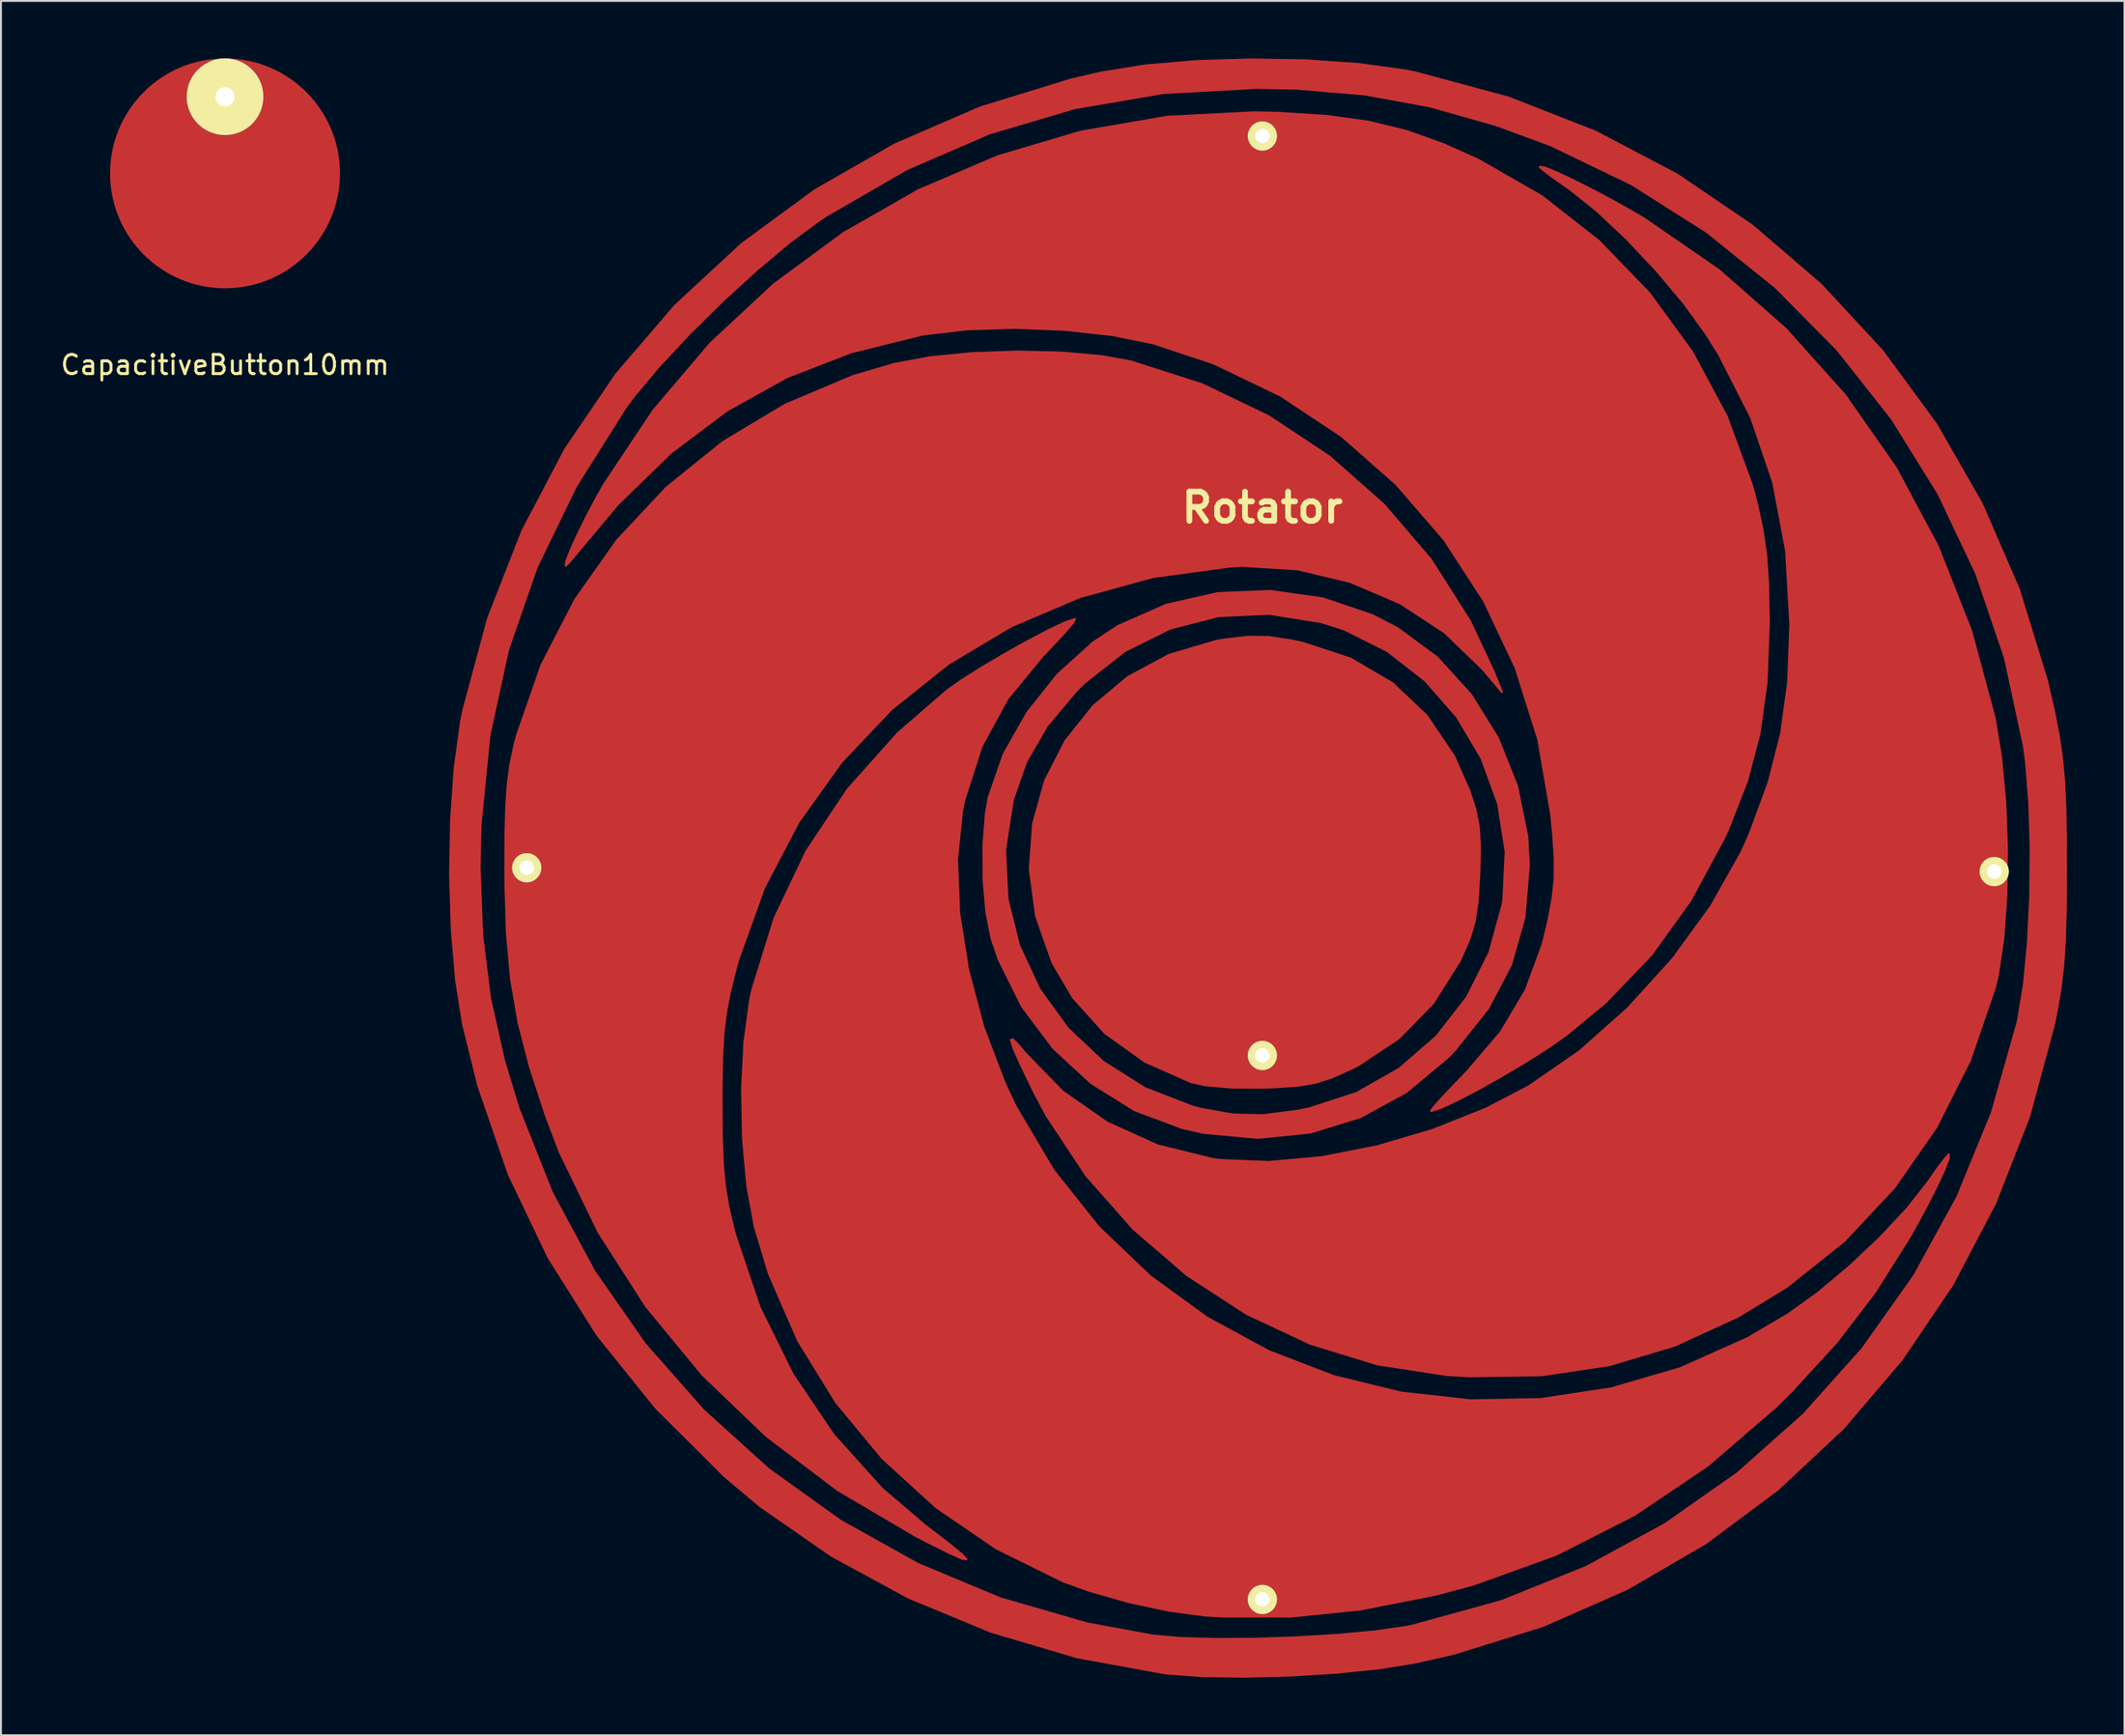
<source format=kicad_pcb>
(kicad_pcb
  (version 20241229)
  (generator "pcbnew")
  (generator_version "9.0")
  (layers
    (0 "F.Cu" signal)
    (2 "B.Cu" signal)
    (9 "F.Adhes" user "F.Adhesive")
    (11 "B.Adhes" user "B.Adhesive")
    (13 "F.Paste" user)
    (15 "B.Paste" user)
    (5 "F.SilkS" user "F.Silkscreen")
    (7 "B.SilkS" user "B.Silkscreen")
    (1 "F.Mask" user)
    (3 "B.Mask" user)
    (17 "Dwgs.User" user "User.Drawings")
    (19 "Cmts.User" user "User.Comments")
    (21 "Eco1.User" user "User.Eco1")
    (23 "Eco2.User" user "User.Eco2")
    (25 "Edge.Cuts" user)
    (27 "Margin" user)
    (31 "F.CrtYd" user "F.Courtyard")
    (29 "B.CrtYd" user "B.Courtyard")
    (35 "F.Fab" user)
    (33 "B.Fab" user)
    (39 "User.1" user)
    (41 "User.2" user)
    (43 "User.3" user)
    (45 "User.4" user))
  (footprint "CapacitiveButton10mm"
    (layer "F.Cu")
    (at 8.696 6)
    (property "Reference" "CapacitiveButton10mm" (at 0 10 0) (layer "F.SilkS") (effects (font (size 1 1) (thickness 0.15))))
    (attr through_hole)
    (pad "" smd circle (at 0 0) (size 12 12) (layers "F.Cu" "F.Mask" "F.Paste"))
    (pad "1" thru_hole circle (at 0 -4) (size 4 4) (drill 1) (layers "*.Cu" "*.Mask" "F.SilkS")))
  (footprint "Rotator"
    (layer "F.Cu")
    (at 62.644 42.251)
    (property "Reference" "Rotator" (at 0.2 -18.8 0) (layer "F.SilkS") (effects (font (size 1.524 1.524) (thickness 0.3))))
    (attr through_hole)
    (fp_poly (pts (xy 11.558 -1.109) (xy 11.528 0.265) (xy 11.523 0.371) (xy 11.437 1.752) (xy 11.288 2.783) (xy 11.026 3.679) (xy 10.602 4.654) (xy 10.48 4.905) (xy 9.103 7.081) (xy 7.31 8.915) (xy 5.178 10.33) (xy 4.87 10.483) (xy 3.86 10.937) (xy 2.991 11.222) (xy 2.054 11.382) (xy 0.838 11.464) (xy 0.282 11.483) (xy -1.415 11.478) (xy -2.781 11.357) (xy -3.528 11.191) (xy -5.942 10.12) (xy -8.01 8.637) (xy -9.685 6.782) (xy -10.76 4.952) (xy -11.614 2.518) (xy -11.941 0.083) (xy -11.773 -2.293) (xy -11.143 -4.547) (xy -10.085 -6.618) (xy -8.63 -8.445) (xy -6.811 -9.966) (xy -4.662 -11.119) (xy -2.215 -11.842) (xy -1.787 -11.915) (xy -0.555 -12.06) (xy 0.509 -12.05) (xy 1.697 -11.871) (xy 2.303 -11.743) (xy 4.805 -10.92) (xy 6.969 -9.649) (xy 8.775 -7.946) (xy 10.207 -5.826) (xy 11.002 -4.032) (xy 11.32 -3.049) (xy 11.497 -2.144) (xy 11.558 -1.109)) (stroke (width 0.1) (type solid)) (fill yes) (layer "F.Cu"))
    (fp_poly (pts (xy 14.111 -0.141) (xy 13.885 2.58) (xy 13.187 5.05) (xy 12.897 5.604) (xy 12.897 -0.845) (xy 12.504 -3.34) (xy 11.642 -5.706) (xy 10.36 -7.872) (xy 8.704 -9.765) (xy 6.721 -11.313) (xy 4.459 -12.445) (xy 3.257 -12.826) (xy 0.552 -13.255) (xy -2.091 -13.135) (xy -4.618 -12.483) (xy -6.974 -11.314) (xy -9.104 -9.643) (xy -9.49 -9.259) (xy -11.041 -7.414) (xy -12.131 -5.527) (xy -12.826 -3.539) (xy -13.229 -0.935) (xy -13.106 1.621) (xy -12.495 4.068) (xy -11.434 6.342) (xy -9.961 8.382) (xy -8.114 10.124) (xy -5.931 11.506) (xy -3.451 12.466) (xy -3.006 12.582) (xy -1.342 12.881) (xy 0.256 12.915) (xy 2.035 12.684) (xy 2.619 12.567) (xy 5.107 11.762) (xy 7.351 10.485) (xy 9.294 8.797) (xy 10.878 6.758) (xy 12.049 4.43) (xy 12.748 1.872) (xy 12.775 1.707) (xy 12.897 -0.845) (xy 12.897 5.604) (xy 11.989 7.336) (xy 10.262 9.508) (xy 9.882 9.903) (xy 7.715 11.712) (xy 5.307 13.024) (xy 2.709 13.826) (xy -0.029 14.103) (xy -2.857 13.844) (xy -3.974 13.594) (xy -6.464 12.66) (xy -8.732 11.248) (xy -10.715 9.419) (xy -12.349 7.239) (xy -13.572 4.768) (xy -13.939 3.688) (xy -14.21 2.324) (xy -14.354 0.635) (xy -14.365 -1.149) (xy -14.238 -2.803) (xy -14.087 -3.669) (xy -13.312 -5.911) (xy -12.078 -8.096) (xy -10.485 -10.093) (xy -8.635 -11.767) (xy -7.338 -12.622) (xy -4.819 -13.729) (xy -2.135 -14.339) (xy 0.617 -14.451) (xy 3.342 -14.067) (xy 5.942 -13.187) (xy 7.247 -12.514) (xy 9.323 -10.982) (xy 11.088 -9.038) (xy 12.495 -6.772) (xy 13.492 -4.276) (xy 14.029 -1.638) (xy 14.111 -0.141)) (stroke (width 0.1) (type solid)) (fill yes) (layer "F.Cu"))
    (fp_poly (pts (xy 12.706 -9.172) (xy 11.687 -10.378) (xy 9.72 -12.28) (xy 7.393 -13.805) (xy 4.798 -14.917) (xy 2.025 -15.58) (xy -0.834 -15.755) (xy -1.501 -15.722) (xy -5.53 -15.171) (xy -9.346 -14.121) (xy -12.914 -12.601) (xy -16.199 -10.64) (xy -19.166 -8.267) (xy -21.78 -5.508) (xy -24.006 -2.394) (xy -25.809 1.047) (xy -27.155 4.787) (xy -27.292 5.285) (xy -27.593 6.493) (xy -27.8 7.561) (xy -27.93 8.651) (xy -27.999 9.923) (xy -28.024 11.538) (xy -28.025 12.277) (xy -28.012 14.072) (xy -27.961 15.462) (xy -27.855 16.606) (xy -27.679 17.664) (xy -27.416 18.793) (xy -27.311 19.194) (xy -26.042 22.95) (xy -24.32 26.44) (xy -22.179 29.612) (xy -19.654 32.415) (xy -17.375 34.36) (xy -16.206 35.252) (xy -15.494 35.83) (xy -15.246 36.102) (xy -15.469 36.076) (xy -16.171 35.761) (xy -17.36 35.166) (xy -17.856 34.912) (xy -21.953 32.499) (xy -25.687 29.674) (xy -29.033 26.467) (xy -31.963 22.909) (xy -34.451 19.029) (xy -36.47 14.859) (xy -37.194 12.966) (xy -38.027 10.419) (xy -38.625 8.1) (xy -39.019 5.823) (xy -39.239 3.398) (xy -39.319 0.638) (xy -39.32 0.141) (xy -39.31 -1.768) (xy -39.27 -3.24) (xy -39.189 -4.405) (xy -39.056 -5.391) (xy -38.86 -6.326) (xy -38.708 -6.914) (xy -37.427 -10.589) (xy -35.672 -13.996) (xy -33.484 -17.097) (xy -30.902 -19.853) (xy -27.964 -22.225) (xy -24.71 -24.175) (xy -21.18 -25.665) (xy -19.015 -26.304) (xy -17.144 -26.651) (xy -14.943 -26.867) (xy -12.593 -26.95) (xy -10.275 -26.897) (xy -8.169 -26.707) (xy -6.671 -26.435) (xy -2.948 -25.241) (xy 0.523 -23.574) (xy 3.699 -21.469) (xy 6.536 -18.964) (xy 8.993 -16.095) (xy 11.025 -12.898) (xy 12.248 -10.301) (xy 12.706 -9.172)) (stroke (width 0.1) (type solid)) (fill yes) (layer "F.Cu"))
    (fp_poly (pts (xy 39.071 -0.938) (xy 39.036 1.485) (xy 38.876 3.722) (xy 38.59 5.62) (xy 38.441 6.25) (xy 37.134 10.06) (xy 35.375 13.553) (xy 33.181 16.704) (xy 30.57 19.491) (xy 27.563 21.888) (xy 25.045 23.424) (xy 21.726 24.949) (xy 18.327 25.968) (xy 14.77 26.498) (xy 10.979 26.553) (xy 9.839 26.484) (xy 6.21 25.93) (xy 2.705 24.854) (xy -0.623 23.292) (xy -3.719 21.282) (xy -6.528 18.862) (xy -8.996 16.07) (xy -11.066 12.942) (xy -11.72 11.71) (xy -12.388 10.335) (xy -12.79 9.433) (xy -12.931 8.983) (xy -12.814 8.963) (xy -12.446 9.351) (xy -12.206 9.646) (xy -10.235 11.676) (xy -7.903 13.303) (xy -5.28 14.488) (xy -2.433 15.193) (xy -1.969 15.258) (xy 0.523 15.36) (xy 3.292 15.109) (xy 6.201 14.537) (xy 9.116 13.677) (xy 11.901 12.561) (xy 14.089 11.421) (xy 16.742 9.59) (xy 19.285 7.331) (xy 21.615 4.761) (xy 23.628 1.998) (xy 25.221 -0.838) (xy 25.634 -1.763) (xy 26.62 -4.437) (xy 27.275 -7.002) (xy 27.64 -9.667) (xy 27.754 -12.644) (xy 27.755 -12.7) (xy 27.535 -16.556) (xy 26.86 -20.131) (xy 25.707 -23.506) (xy 24.05 -26.764) (xy 23.354 -27.881) (xy 22.197 -29.48) (xy 20.774 -31.174) (xy 19.223 -32.82) (xy 17.678 -34.276) (xy 16.274 -35.399) (xy 16.181 -35.464) (xy 15.411 -36.007) (xy 14.868 -36.414) (xy 14.676 -36.591) (xy 14.904 -36.569) (xy 15.517 -36.323) (xy 16.41 -35.905) (xy 17.477 -35.367) (xy 18.61 -34.762) (xy 19.704 -34.143) (xy 20.129 -33.89) (xy 24.03 -31.201) (xy 27.529 -28.122) (xy 30.612 -24.676) (xy 33.262 -20.886) (xy 35.464 -16.774) (xy 37.2 -12.363) (xy 38.426 -7.814) (xy 38.766 -5.74) (xy 38.981 -3.397) (xy 39.071 -0.938)) (stroke (width 0.1) (type solid)) (fill yes) (layer "F.Cu"))
    (fp_poly (pts (xy 36.034 14.958) (xy 36.026 15.186) (xy 35.784 15.807) (xy 35.356 16.721) (xy 34.788 17.83) (xy 34.127 19.035) (xy 33.957 19.332) (xy 32.159 22.179) (xy 30.16 24.788) (xy 27.816 27.341) (xy 26.998 28.149) (xy 23.43 31.225) (xy 19.609 33.797) (xy 15.536 35.865) (xy 11.21 37.427) (xy 9.189 37.964) (xy 5.328 38.722) (xy 1.695 39.094) (xy -1.877 39.094) (xy -2.822 39.035) (xy -4.689 38.786) (xy -6.788 38.335) (xy -8.853 37.744) (xy -10.207 37.253) (xy -13.671 35.547) (xy -16.824 33.393) (xy -19.628 30.836) (xy -22.045 27.92) (xy -24.035 24.691) (xy -25.561 21.191) (xy -26.299 18.733) (xy -26.69 16.605) (xy -26.911 14.16) (xy -26.962 11.597) (xy -26.841 9.116) (xy -26.544 6.917) (xy -26.43 6.381) (xy -25.269 2.642) (xy -23.604 -0.858) (xy -21.452 -4.089) (xy -18.835 -7.022) (xy -16.229 -9.28) (xy -15.454 -9.823) (xy -14.425 -10.471) (xy -13.261 -11.158) (xy -12.08 -11.819) (xy -11 -12.386) (xy -10.141 -12.794) (xy -9.62 -12.978) (xy -9.574 -12.982) (xy -9.675 -12.797) (xy -10.099 -12.3) (xy -10.771 -11.576) (xy -11.255 -11.074) (xy -13.104 -8.823) (xy -14.461 -6.33) (xy -15.356 -3.536) (xy -15.471 -2.993) (xy -15.738 -0.46) (xy -15.627 2.352) (xy -15.159 5.324) (xy -14.356 8.337) (xy -13.239 11.272) (xy -12.683 12.449) (xy -10.704 15.794) (xy -8.345 18.758) (xy -5.655 21.328) (xy -2.681 23.49) (xy 0.527 25.231) (xy 3.922 26.539) (xy 7.455 27.401) (xy 11.079 27.804) (xy 14.746 27.734) (xy 18.406 27.179) (xy 22.013 26.126) (xy 25.517 24.561) (xy 27.646 23.31) (xy 29.204 22.187) (xy 30.856 20.802) (xy 32.454 19.293) (xy 33.852 17.799) (xy 34.873 16.501) (xy 35.425 15.72) (xy 35.843 15.165) (xy 36.034 14.958)) (stroke (width 0.1) (type solid)) (fill yes) (layer "F.Cu"))
    (fp_poly (pts (xy 26.635 -12.7) (xy 26.522 -9.695) (xy 26.157 -7.033) (xy 25.503 -4.539) (xy 24.523 -2.032) (xy 24.304 -1.553) (xy 22.545 1.708) (xy 20.506 4.541) (xy 18.106 7.043) (xy 16.046 8.746) (xy 15.14 9.379) (xy 14.014 10.095) (xy 12.781 10.831) (xy 11.553 11.523) (xy 10.445 12.107) (xy 9.569 12.52) (xy 9.038 12.697) (xy 9.001 12.7) (xy 9.129 12.514) (xy 9.579 12.011) (xy 10.272 11.276) (xy 10.875 10.654) (xy 12.65 8.573) (xy 13.943 6.398) (xy 14.835 3.98) (xy 15.146 2.681) (xy 15.352 1.549) (xy 15.456 0.557) (xy 15.461 -0.488) (xy 15.373 -1.782) (xy 15.279 -2.749) (xy 14.6 -6.693) (xy 13.422 -10.428) (xy 11.775 -13.916) (xy 9.694 -17.12) (xy 7.209 -20.001) (xy 4.353 -22.521) (xy 1.158 -24.642) (xy -2.344 -26.327) (xy -5.503 -27.377) (xy -7.64 -27.809) (xy -10.11 -28.08) (xy -12.706 -28.182) (xy -15.218 -28.107) (xy -17.438 -27.847) (xy -17.603 -27.817) (xy -21.27 -26.907) (xy -24.636 -25.601) (xy -27.752 -23.866) (xy -30.671 -21.669) (xy -33.445 -18.974) (xy -35.978 -15.946) (xy -36.17 -15.767) (xy -36.139 -16.001) (xy -35.924 -16.558) (xy -35.565 -17.351) (xy -35.102 -18.291) (xy -34.572 -19.291) (xy -34.168 -20.006) (xy -31.592 -23.873) (xy -28.621 -27.367) (xy -25.296 -30.464) (xy -21.657 -33.142) (xy -17.746 -35.377) (xy -13.604 -37.148) (xy -9.272 -38.43) (xy -4.791 -39.203) (xy -0.203 -39.442) (xy 0.988 -39.415) (xy 3.543 -39.253) (xy 5.722 -38.953) (xy 7.704 -38.472) (xy 9.669 -37.77) (xy 11.482 -36.956) (xy 14.78 -35.061) (xy 17.767 -32.721) (xy 20.401 -29.99) (xy 22.64 -26.921) (xy 24.439 -23.566) (xy 25.756 -19.979) (xy 26.014 -19.015) (xy 26.308 -17.663) (xy 26.498 -16.33) (xy 26.6 -14.828) (xy 26.635 -12.974) (xy 26.635 -12.7)) (stroke (width 0.1) (type solid)) (fill yes) (layer "F.Cu"))
    (fp_poly (pts (xy 42.151 0) (xy 42.139 2.066) (xy 42.096 3.706) (xy 42.01 5.057) (xy 41.873 6.256) (xy 41.672 7.442) (xy 41.521 8.184) (xy 40.303 12.699) (xy 40.303 -0.983) (xy 40.231 -3.378) (xy 40.06 -5.516) (xy 39.949 -6.352) (xy 38.962 -10.949) (xy 37.464 -15.353) (xy 35.485 -19.528) (xy 33.057 -23.437) (xy 30.211 -27.043) (xy 26.977 -30.31) (xy 23.387 -33.201) (xy 19.471 -35.681) (xy 15.26 -37.713) (xy 12.398 -38.77) (xy 8.926 -39.751) (xy 5.529 -40.373) (xy 1.982 -40.671) (xy -0.141 -40.709) (xy -4.98 -40.441) (xy -9.612 -39.649) (xy -14.063 -38.328) (xy -18.356 -36.47) (xy -22.516 -34.067) (xy -22.907 -33.809) (xy -24.446 -32.676) (xy -26.177 -31.227) (xy -27.98 -29.578) (xy -29.734 -27.846) (xy -31.318 -26.148) (xy -32.612 -24.6) (xy -33.063 -23.989) (xy -35.646 -19.879) (xy -37.678 -15.688) (xy -39.175 -11.375) (xy -40.148 -6.896) (xy -40.612 -2.21) (xy -40.659 -0.052) (xy -40.527 3.513) (xy -40.114 6.808) (xy -39.381 10.075) (xy -38.631 12.551) (xy -36.885 16.953) (xy -34.671 21.068) (xy -32.023 24.867) (xy -28.977 28.323) (xy -25.565 31.406) (xy -21.823 34.089) (xy -17.784 36.343) (xy -13.483 38.138) (xy -8.954 39.448) (xy -5.523 40.081) (xy -4.097 40.208) (xy -2.264 40.263) (xy -0.178 40.249) (xy 2.009 40.175) (xy 4.145 40.045) (xy 6.077 39.865) (xy 7.653 39.641) (xy 8.043 39.563) (xy 12.698 38.278) (xy 17.094 36.505) (xy 21.202 34.273) (xy 24.996 31.61) (xy 28.448 28.542) (xy 31.53 25.098) (xy 34.214 21.305) (xy 36.473 17.191) (xy 38.28 12.783) (xy 39.607 8.11) (xy 39.653 7.902) (xy 39.949 6.111) (xy 40.158 3.924) (xy 40.277 1.505) (xy 40.303 -0.983) (xy 40.303 12.699) (xy 40.225 12.987) (xy 38.45 17.523) (xy 36.223 21.766) (xy 33.57 25.689) (xy 30.518 29.266) (xy 27.092 32.471) (xy 23.321 35.277) (xy 19.229 37.657) (xy 14.844 39.586) (xy 10.192 41.037) (xy 8.184 41.493) (xy 6.302 41.794) (xy 4.072 42.024) (xy 1.672 42.174) (xy -0.721 42.236) (xy -2.93 42.204) (xy -4.778 42.069) (xy -4.908 42.054) (xy -9.481 41.216) (xy -13.958 39.89) (xy -18.259 38.11) (xy -22.304 35.912) (xy -26.013 33.333) (xy -27.904 31.744) (xy -31.461 28.195) (xy -34.51 24.406) (xy -37.062 20.356) (xy -39.13 16.025) (xy -40.726 11.392) (xy -41.521 8.184) (xy -41.887 5.892) (xy -42.114 3.227) (xy -42.201 0.365) (xy -42.149 -2.519) (xy -41.957 -5.25) (xy -41.626 -7.653) (xy -41.521 -8.184) (xy -40.215 -13.026) (xy -38.43 -17.589) (xy -36.19 -21.849) (xy -33.519 -25.781) (xy -30.44 -29.362) (xy -26.978 -32.567) (xy -23.156 -35.373) (xy -19 -37.755) (xy -14.533 -39.69) (xy -9.778 -41.153) (xy -8.184 -41.521) (xy -5.892 -41.887) (xy -3.227 -42.114) (xy -0.365 -42.201) (xy 2.519 -42.149) (xy 5.25 -41.957) (xy 7.653 -41.626) (xy 8.184 -41.521) (xy 13.026 -40.215) (xy 17.589 -38.43) (xy 21.849 -36.19) (xy 25.781 -33.519) (xy 29.362 -30.44) (xy 32.567 -26.978) (xy 35.373 -23.156) (xy 37.755 -19) (xy 39.69 -14.533) (xy 41.153 -9.778) (xy 41.521 -8.184) (xy 41.764 -6.944) (xy 41.937 -5.769) (xy 42.052 -4.524) (xy 42.118 -3.07) (xy 42.147 -1.27) (xy 42.151 0)) (stroke (width 0.1) (type solid)) (fill yes) (layer "F.Cu"))
    (pad "1" thru_hole circle (at 38.4 0.2) (size 1.524 1.524) (drill 0.762) (layers "*.Cu" "*.Mask" "F.SilkS"))
    (pad "2" thru_hole circle (at 0.2 -38.2) (size 1.524 1.524) (drill 0.762) (layers "*.Cu" "*.Mask" "F.SilkS"))
    (pad "3" thru_hole circle (at -38.2 0) (size 1.524 1.524) (drill 0.762) (layers "*.Cu" "*.Mask" "F.SilkS"))
    (pad "4" thru_hole circle (at 0.2 38.2) (size 1.524 1.524) (drill 0.762) (layers "*.Cu" "*.Mask" "F.SilkS"))
    (pad "5" thru_hole circle (at 0.2 9.8) (size 1.524 1.524) (drill 0.762) (layers "*.Cu" "*.Mask" "F.SilkS")))
  (gr_rect
    (start -3 -3)
    (end 107.845 87.537)
    (stroke (width 0.1) (type default))
    (fill no)
    (layer "Edge.Cuts")))
</source>
